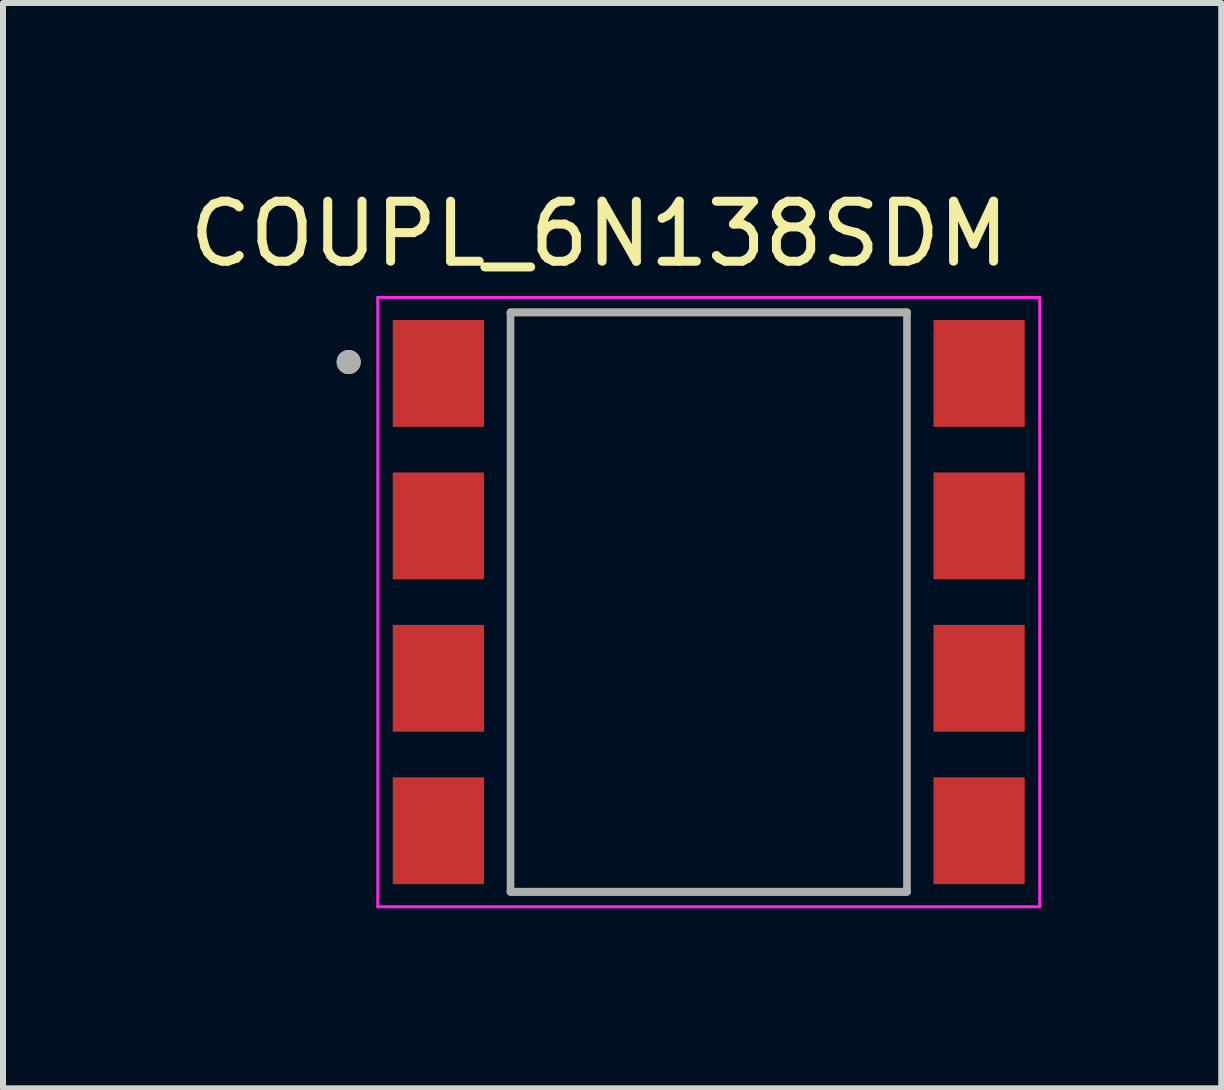
<source format=kicad_pcb>
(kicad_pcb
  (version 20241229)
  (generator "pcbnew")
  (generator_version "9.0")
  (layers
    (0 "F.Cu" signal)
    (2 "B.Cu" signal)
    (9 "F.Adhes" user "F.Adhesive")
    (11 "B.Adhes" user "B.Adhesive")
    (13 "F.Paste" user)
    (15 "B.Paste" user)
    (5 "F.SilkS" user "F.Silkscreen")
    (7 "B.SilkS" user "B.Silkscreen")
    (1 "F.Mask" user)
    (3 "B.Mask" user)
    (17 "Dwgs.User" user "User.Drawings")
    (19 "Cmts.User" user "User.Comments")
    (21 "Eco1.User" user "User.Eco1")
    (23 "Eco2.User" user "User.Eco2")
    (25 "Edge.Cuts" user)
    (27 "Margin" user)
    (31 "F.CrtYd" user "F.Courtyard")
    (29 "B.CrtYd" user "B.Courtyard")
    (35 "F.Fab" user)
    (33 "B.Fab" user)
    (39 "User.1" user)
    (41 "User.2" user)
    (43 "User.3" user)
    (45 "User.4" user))
  (footprint "COUPL_6N138SDM"
    (layer "F.Cu")
    (at 8.76 6.983)
    (property "Reference" "COUPL_6N138SDM" (at -1.825 -6.135 0) (layer "F.SilkS") (effects (font (size 1 1) (thickness 0.15))))
    (attr through_hole)
    (fp_line (start -3.303 -4.827) (end 3.303 -4.827) (stroke (width 0.127) (type solid)) (layer "F.SilkS"))
    (fp_line (start -3.303 4.827) (end 3.303 4.827) (stroke (width 0.127) (type solid)) (layer "F.SilkS"))
    (fp_circle (center -6 -4) (end -5.9 -4) (stroke (width 0.2) (type solid)) (fill no) (layer "F.SilkS"))
    (fp_line (start -5.515 -5.077) (end 5.515 -5.077) (stroke (width 0.05) (type solid)) (layer "F.CrtYd"))
    (fp_line (start -5.515 5.077) (end -5.515 -5.077) (stroke (width 0.05) (type solid)) (layer "F.CrtYd"))
    (fp_line (start 5.515 -5.077) (end 5.515 5.077) (stroke (width 0.05) (type solid)) (layer "F.CrtYd"))
    (fp_line (start 5.515 5.077) (end -5.515 5.077) (stroke (width 0.05) (type solid)) (layer "F.CrtYd"))
    (fp_line (start -3.303 -4.827) (end -3.303 4.827) (stroke (width 0.127) (type solid)) (layer "F.Fab"))
    (fp_line (start -3.303 -4.827) (end 3.303 -4.827) (stroke (width 0.127) (type solid)) (layer "F.Fab"))
    (fp_line (start 3.303 4.827) (end -3.303 4.827) (stroke (width 0.127) (type solid)) (layer "F.Fab"))
    (fp_line (start 3.303 4.827) (end 3.303 -4.827) (stroke (width 0.127) (type solid)) (layer "F.Fab"))
    (fp_circle (center -6 -4) (end -5.9 -4) (stroke (width 0.2) (type solid)) (fill no) (layer "F.Fab"))
    (pad "1" smd rect (at -4.505 -3.81) (size 1.52 1.78) (layers "F.Cu" "F.Mask" "F.Paste"))
    (pad "2" smd rect (at -4.505 -1.27) (size 1.52 1.78) (layers "F.Cu" "F.Mask" "F.Paste"))
    (pad "3" smd rect (at -4.505 1.27) (size 1.52 1.78) (layers "F.Cu" "F.Mask" "F.Paste"))
    (pad "4" smd rect (at -4.505 3.81) (size 1.52 1.78) (layers "F.Cu" "F.Mask" "F.Paste"))
    (pad "5" smd rect (at 4.505 3.81) (size 1.52 1.78) (layers "F.Cu" "F.Mask" "F.Paste"))
    (pad "6" smd rect (at 4.505 1.27) (size 1.52 1.78) (layers "F.Cu" "F.Mask" "F.Paste"))
    (pad "7" smd rect (at 4.505 -1.27) (size 1.52 1.78) (layers "F.Cu" "F.Mask" "F.Paste"))
    (pad "8" smd rect (at 4.505 -3.81) (size 1.52 1.78) (layers "F.Cu" "F.Mask" "F.Paste")))
  (gr_rect
    (start -3 -3)
    (end 17.3 15.086)
    (stroke (width 0.1) (type default))
    (fill no)
    (layer "Edge.Cuts")))
</source>
